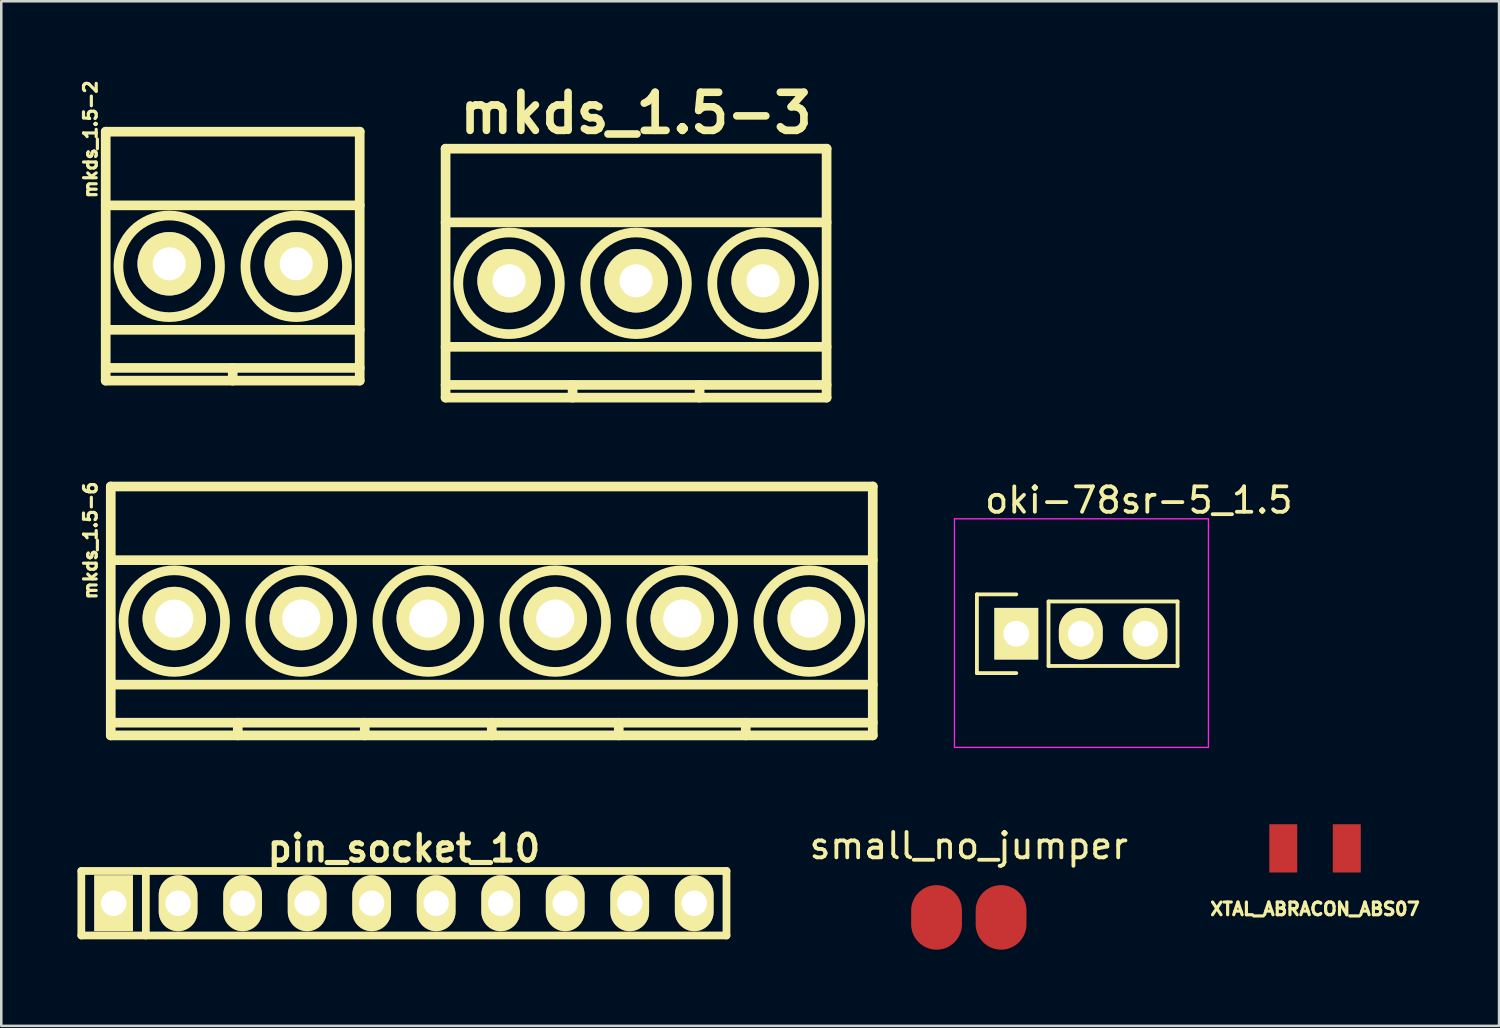
<source format=kicad_pcb>
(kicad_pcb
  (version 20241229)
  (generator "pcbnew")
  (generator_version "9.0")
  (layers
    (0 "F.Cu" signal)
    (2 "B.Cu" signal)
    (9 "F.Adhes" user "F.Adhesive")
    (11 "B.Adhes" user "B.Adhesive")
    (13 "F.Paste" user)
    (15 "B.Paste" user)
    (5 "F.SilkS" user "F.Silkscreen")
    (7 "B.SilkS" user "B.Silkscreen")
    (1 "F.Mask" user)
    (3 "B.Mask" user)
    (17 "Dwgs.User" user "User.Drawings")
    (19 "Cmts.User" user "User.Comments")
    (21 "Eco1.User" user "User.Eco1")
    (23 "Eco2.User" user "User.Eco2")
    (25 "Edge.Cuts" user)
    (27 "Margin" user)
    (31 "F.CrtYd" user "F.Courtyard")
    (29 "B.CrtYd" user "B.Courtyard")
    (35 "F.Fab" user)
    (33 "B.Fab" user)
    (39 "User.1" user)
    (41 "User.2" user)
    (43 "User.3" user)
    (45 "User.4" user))
  (footprint "mkds_1.5-3"
    (layer "F.Cu")
    (at 21.993 8.004)
    (property "Reference" "mkds_1.5-3" (at 0 -6.6 0) (layer "F.SilkS") (effects (font (size 1.5 1.5) (thickness 0.3))))
    (attr through_hole)
    (fp_line (start -7.5 -5.2) (end -7.5 4.6) (stroke (width 0.381) (type solid)) (layer "F.SilkS"))
    (fp_line (start -7.5 -2.3) (end 7.5 -2.3) (stroke (width 0.381) (type solid)) (layer "F.SilkS"))
    (fp_line (start -7.5 2.6) (end 7.5 2.6) (stroke (width 0.381) (type solid)) (layer "F.SilkS"))
    (fp_line (start -7.5 4.1) (end 7.5 4.1) (stroke (width 0.381) (type solid)) (layer "F.SilkS"))
    (fp_line (start -7.5 4.6) (end 7.5 4.6) (stroke (width 0.381) (type solid)) (layer "F.SilkS"))
    (fp_line (start -2.5 4.1) (end -2.5 4.6) (stroke (width 0.381) (type solid)) (layer "F.SilkS"))
    (fp_line (start 2.5 4.1) (end 2.5 4.6) (stroke (width 0.381) (type solid)) (layer "F.SilkS"))
    (fp_line (start 7.5 -5.2) (end -7.5 -5.2) (stroke (width 0.381) (type solid)) (layer "F.SilkS"))
    (fp_line (start 7.5 4.6) (end 7.5 -5.2) (stroke (width 0.381) (type solid)) (layer "F.SilkS"))
    (fp_circle (center -5 0.1) (end -3 0.1) (stroke (width 0.381) (type solid)) (fill no) (layer "F.SilkS"))
    (fp_circle (center 0 0.1) (end -2 0.1) (stroke (width 0.381) (type solid)) (fill no) (layer "F.SilkS"))
    (fp_circle (center 5 0.1) (end 3 0.1) (stroke (width 0.381) (type solid)) (fill no) (layer "F.SilkS"))
    (pad "1" thru_hole circle (at -5 0) (size 2.5 2.5) (drill 1.3) (layers "*.Cu" "*.Mask" "F.SilkS"))
    (pad "2" thru_hole circle (at 0 0) (size 2.5 2.5) (drill 1.3) (layers "*.Cu" "*.Mask" "F.SilkS"))
    (pad "3" thru_hole circle (at 5 0) (size 2.5 2.5) (drill 1.3) (layers "*.Cu" "*.Mask" "F.SilkS")))
  (footprint "small_no_jumper"
    (layer "F.Cu")
    (at 35.092 33.068)
    (property "Reference" "small_no_jumper" (at 0 -2.819 0) (layer "F.SilkS") (effects (font (size 1 1) (thickness 0.15))))
    (attr through_hole)
    (pad "1" smd oval (at -1.27 0) (size 2 2.54) (layers "F.Cu" "F.Mask" "F.Paste"))
    (pad "2" smd oval (at 1.27 0) (size 2 2.54) (layers "F.Cu" "F.Mask" "F.Paste")))
  (footprint "oki-78sr-5_1.5"
    (layer "F.Cu")
    (at 39.526 21.875)
    (property "Reference" "oki-78sr-5_1.5" (at 2.261 -5.232 0) (layer "F.SilkS") (effects (font (size 1 1) (thickness 0.15))))
    (attr through_hole)
    (fp_line (start -4.115 -1.525) (end -2.565 -1.525) (stroke (width 0.15) (type solid)) (layer "F.SilkS"))
    (fp_line (start -4.115 1.575) (end -4.115 -1.525) (stroke (width 0.15) (type solid)) (layer "F.SilkS"))
    (fp_line (start -2.565 1.575) (end -4.115 1.575) (stroke (width 0.15) (type solid)) (layer "F.SilkS"))
    (fp_line (start -1.295 -1.245) (end -1.295 1.295) (stroke (width 0.15) (type solid)) (layer "F.SilkS"))
    (fp_line (start -1.295 1.295) (end 3.785 1.295) (stroke (width 0.15) (type solid)) (layer "F.SilkS"))
    (fp_line (start 3.785 -1.245) (end -1.295 -1.245) (stroke (width 0.15) (type solid)) (layer "F.SilkS"))
    (fp_line (start 3.785 1.295) (end 3.785 -1.245) (stroke (width 0.15) (type solid)) (layer "F.SilkS"))
    (fp_line (start -5 -4.5) (end 5 -4.5) (stroke (width 0.05) (type solid)) (layer "F.CrtYd"))
    (fp_line (start -5 4.5) (end -5 -4.5) (stroke (width 0.05) (type solid)) (layer "F.CrtYd"))
    (fp_line (start -5 4.5) (end 5 4.5) (stroke (width 0.05) (type solid)) (layer "F.CrtYd"))
    (fp_line (start 5 4.5) (end 5 -4.5) (stroke (width 0.05) (type solid)) (layer "F.CrtYd"))
    (pad "1" thru_hole rect (at -2.565 0.025 90) (size 2.032 1.727) (drill 1.016) (layers "*.Cu" "*.Mask" "F.SilkS"))
    (pad "2" thru_hole oval (at -0.025 0.025 90) (size 2.032 1.727) (drill 1.016) (layers "*.Cu" "*.Mask" "F.SilkS"))
    (pad "3" thru_hole oval (at 2.515 0.025 90) (size 2.032 1.727) (drill 1.016) (layers "*.Cu" "*.Mask" "F.SilkS")))
  (footprint "XTAL_ABRACON_ABS07"
    (layer "F.Cu")
    (at 48.723 30.35)
    (property "Reference" "XTAL_ABRACON_ABS07" (at 0 2.388 0) (layer "F.SilkS") (effects (font (size 0.5 0.5) (thickness 0.125))))
    (attr through_hole)
    (pad "1" smd rect (at -1.25 0 270) (size 1.9 1.1) (layers "F.Cu" "F.Mask" "F.Paste"))
    (pad "2" smd rect (at 1.25 0 270) (size 1.9 1.1) (layers "F.Cu" "F.Mask" "F.Paste")))
  (footprint "pin_socket_10"
    (layer "F.Cu")
    (at 12.852 32.51)
    (property "Reference" "pin_socket_10" (at 0 -2.159 0) (layer "F.SilkS") (effects (font (size 1.016 1.016) (thickness 0.203))))
    (attr through_hole)
    (fp_line (start -12.7 -1.27) (end 12.7 -1.27) (stroke (width 0.305) (type solid)) (layer "F.SilkS"))
    (fp_line (start -12.7 1.27) (end -12.7 -1.27) (stroke (width 0.305) (type solid)) (layer "F.SilkS"))
    (fp_line (start -10.16 -1.27) (end -10.16 1.27) (stroke (width 0.305) (type solid)) (layer "F.SilkS"))
    (fp_line (start 12.7 -1.27) (end 12.7 1.27) (stroke (width 0.305) (type solid)) (layer "F.SilkS"))
    (fp_line (start 12.7 1.27) (end -12.7 1.27) (stroke (width 0.305) (type solid)) (layer "F.SilkS"))
    (pad "1" thru_hole rect (at -11.43 0) (size 1.524 2.2) (drill 1.001) (layers "*.Cu" "*.Mask" "F.SilkS"))
    (pad "2" thru_hole oval (at -8.89 0) (size 1.524 2.2) (drill 1.001) (layers "*.Cu" "*.Mask" "F.SilkS"))
    (pad "3" thru_hole oval (at -6.35 0) (size 1.524 2.2) (drill 1.001) (layers "*.Cu" "*.Mask" "F.SilkS"))
    (pad "4" thru_hole oval (at -3.81 0) (size 1.524 2.2) (drill 1.001) (layers "*.Cu" "*.Mask" "F.SilkS"))
    (pad "5" thru_hole oval (at -1.27 0) (size 1.524 2.2) (drill 1.001) (layers "*.Cu" "*.Mask" "F.SilkS"))
    (pad "6" thru_hole oval (at 1.27 0) (size 1.524 2.2) (drill 1.001) (layers "*.Cu" "*.Mask" "F.SilkS"))
    (pad "7" thru_hole oval (at 3.81 0) (size 1.524 2.2) (drill 1.001) (layers "*.Cu" "*.Mask" "F.SilkS"))
    (pad "8" thru_hole oval (at 6.35 0) (size 1.524 2.2) (drill 1.001) (layers "*.Cu" "*.Mask" "F.SilkS"))
    (pad "9" thru_hole oval (at 8.89 0) (size 1.524 2.2) (drill 1.001) (layers "*.Cu" "*.Mask" "F.SilkS"))
    (pad "10" thru_hole oval (at 11.43 0) (size 1.524 2.2) (drill 1.001) (layers "*.Cu" "*.Mask" "F.SilkS")))
  (footprint "mkds_1.5-6"
    (layer "F.Cu")
    (at 16.311 21.303)
    (property "Reference" "mkds_1.5-6" (at -15.799 -3.073 90) (layer "F.SilkS") (effects (font (size 0.5 0.5) (thickness 0.125))))
    (attr through_hole)
    (fp_line (start -15 -5.2) (end -15 4.6) (stroke (width 0.381) (type solid)) (layer "F.SilkS"))
    (fp_line (start -15 -2.3) (end 15 -2.3) (stroke (width 0.381) (type solid)) (layer "F.SilkS"))
    (fp_line (start -15 2.6) (end 15 2.6) (stroke (width 0.381) (type solid)) (layer "F.SilkS"))
    (fp_line (start -15 4.1) (end 15 4.1) (stroke (width 0.381) (type solid)) (layer "F.SilkS"))
    (fp_line (start -15 4.6) (end 15 4.6) (stroke (width 0.381) (type solid)) (layer "F.SilkS"))
    (fp_line (start -10 4.1) (end -10 4.6) (stroke (width 0.381) (type solid)) (layer "F.SilkS"))
    (fp_line (start -5 4.1) (end -5 4.6) (stroke (width 0.381) (type solid)) (layer "F.SilkS"))
    (fp_line (start 0 4.1) (end 0 4.6) (stroke (width 0.381) (type solid)) (layer "F.SilkS"))
    (fp_line (start 5 4.1) (end 5 4.6) (stroke (width 0.381) (type solid)) (layer "F.SilkS"))
    (fp_line (start 10 4.1) (end 10 4.6) (stroke (width 0.381) (type solid)) (layer "F.SilkS"))
    (fp_line (start 15 -5.2) (end -15 -5.2) (stroke (width 0.381) (type solid)) (layer "F.SilkS"))
    (fp_line (start 15 4.6) (end 15 -5.2) (stroke (width 0.381) (type solid)) (layer "F.SilkS"))
    (fp_circle (center -12.5 0.1) (end -10.5 0.1) (stroke (width 0.381) (type solid)) (fill no) (layer "F.SilkS"))
    (fp_circle (center -7.5 0.1) (end -9.5 0.1) (stroke (width 0.381) (type solid)) (fill no) (layer "F.SilkS"))
    (fp_circle (center -2.5 0.1) (end -4.5 0.1) (stroke (width 0.381) (type solid)) (fill no) (layer "F.SilkS"))
    (fp_circle (center 2.5 0.1) (end 0.5 0.1) (stroke (width 0.381) (type solid)) (fill no) (layer "F.SilkS"))
    (fp_circle (center 7.5 0.1) (end 5.5 0.1) (stroke (width 0.381) (type solid)) (fill no) (layer "F.SilkS"))
    (fp_circle (center 12.5 0.1) (end 10.5 0.1) (stroke (width 0.381) (type solid)) (fill no) (layer "F.SilkS"))
    (pad "1" thru_hole circle (at -12.5 0) (size 2.5 2.5) (drill 1.5) (layers "*.Cu" "*.Mask" "F.SilkS"))
    (pad "2" thru_hole circle (at -7.5 0) (size 2.5 2.5) (drill 1.5) (layers "*.Cu" "*.Mask" "F.SilkS"))
    (pad "3" thru_hole circle (at -2.5 0) (size 2.5 2.5) (drill 1.5) (layers "*.Cu" "*.Mask" "F.SilkS"))
    (pad "4" thru_hole circle (at 2.5 0) (size 2.5 2.5) (drill 1.5) (layers "*.Cu" "*.Mask" "F.SilkS"))
    (pad "5" thru_hole circle (at 7.5 0) (size 2.5 2.5) (drill 1.5) (layers "*.Cu" "*.Mask" "F.SilkS"))
    (pad "6" thru_hole circle (at 12.5 0) (size 2.5 2.5) (drill 1.5) (layers "*.Cu" "*.Mask" "F.SilkS")))
  (footprint "mkds_1.5-2"
    (layer "F.Cu")
    (at 6.112 7.335)
    (property "Reference" "mkds_1.5-2" (at -5.6 -4.9 90) (layer "F.SilkS") (effects (font (size 0.5 0.5) (thickness 0.125))))
    (attr through_hole)
    (fp_line (start -5 -5.2) (end -5 4.6) (stroke (width 0.381) (type solid)) (layer "F.SilkS"))
    (fp_line (start -5 -2.3) (end 5 -2.3) (stroke (width 0.381) (type solid)) (layer "F.SilkS"))
    (fp_line (start -5 2.6) (end 5 2.6) (stroke (width 0.381) (type solid)) (layer "F.SilkS"))
    (fp_line (start -5 4.1) (end 5 4.1) (stroke (width 0.381) (type solid)) (layer "F.SilkS"))
    (fp_line (start -5 4.6) (end 5 4.6) (stroke (width 0.381) (type solid)) (layer "F.SilkS"))
    (fp_line (start 0 4.1) (end 0 4.6) (stroke (width 0.381) (type solid)) (layer "F.SilkS"))
    (fp_line (start 5 -5.2) (end -5 -5.2) (stroke (width 0.381) (type solid)) (layer "F.SilkS"))
    (fp_line (start 5 4.6) (end 5 -5.2) (stroke (width 0.381) (type solid)) (layer "F.SilkS"))
    (fp_circle (center -2.5 0.1) (end -0.5 0.1) (stroke (width 0.381) (type solid)) (fill no) (layer "F.SilkS"))
    (fp_circle (center 2.5 0.1) (end 0.5 0.1) (stroke (width 0.381) (type solid)) (fill no) (layer "F.SilkS"))
    (pad "1" thru_hole circle (at -2.5 0) (size 2.5 2.5) (drill 1.3) (layers "*.Cu" "*.Mask" "F.SilkS"))
    (pad "2" thru_hole circle (at 2.5 0) (size 2.5 2.5) (drill 1.3) (layers "*.Cu" "*.Mask" "F.SilkS")))
  (gr_rect
    (start -3 -3)
    (end 55.968 37.338)
    (stroke (width 0.1) (type default))
    (fill no)
    (layer "Edge.Cuts")))
</source>
